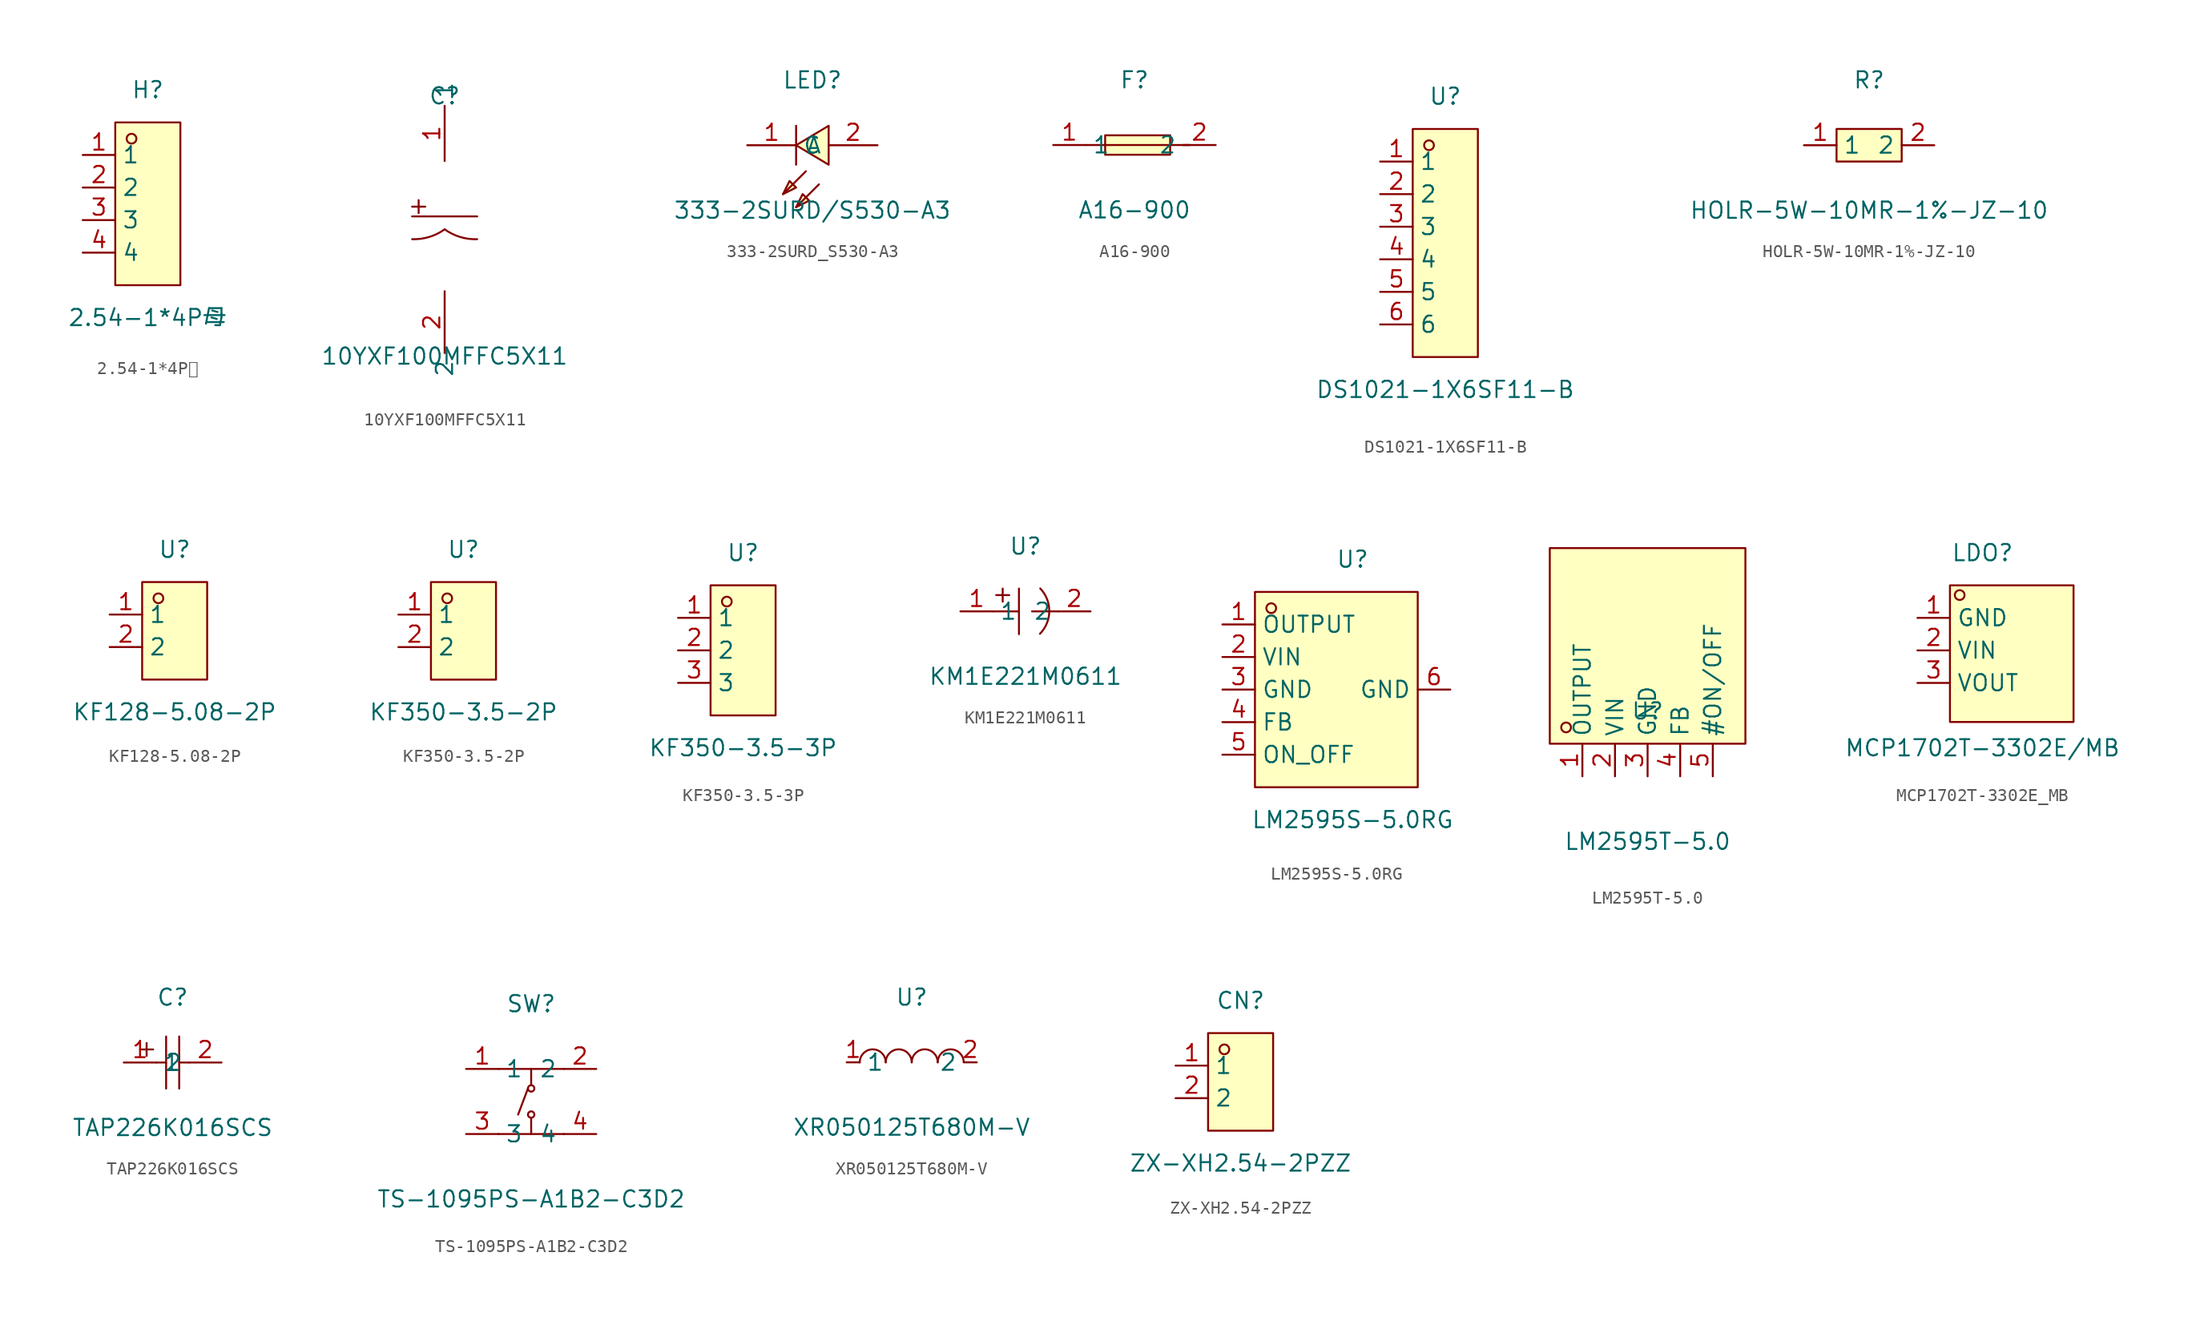
<source format=kicad_sym>
(kicad_symbol_lib
  (version 20211014)
  (generator https://github.com/uPesy/easyeda2kicad.py)
  (symbol "2.54-1*4P母"
    (property "Reference" "H"
      (at 0 8.89 0)
      (effects (font (size 1.27 1.27))))
    (property "Value" "2.54-1*4P母"
      (at 0 -8.89 0)
      (effects (font (size 1.27 1.27))))
    (symbol "2.54-1*4P母_0_1"
      (rectangle (start -2.54 6.35) (end 2.54 -6.35) (stroke (width 0) (type default) (color 0 0 0 0)) (fill (type background)))
      (circle (center -1.27 5.08) (radius 0.38) (stroke (width 0) (type default) (color 0 0 0 0)) (fill (type none)))
      (pin unspecified line (at -5.08 3.81 0) (length 2.54) (name "1" (effects (font (size 1.27 1.27)))) (number "1" (effects (font (size 1.27 1.27)))))
      (pin unspecified line (at -5.08 1.27 0) (length 2.54) (name "2" (effects (font (size 1.27 1.27)))) (number "2" (effects (font (size 1.27 1.27)))))
      (pin unspecified line (at -5.08 -1.27 0) (length 2.54) (name "3" (effects (font (size 1.27 1.27)))) (number "3" (effects (font (size 1.27 1.27)))))
      (pin unspecified line (at -5.08 -3.81 0) (length 2.54) (name "4" (effects (font (size 1.27 1.27)))) (number "4" (effects (font (size 1.27 1.27)))))))
  (symbol "10YXF100MFFC5X11"
    (property "Reference" "C"
      (at 0 10.16 0)
      (effects (font (size 1.27 1.27))))
    (property "Value" "10YXF100MFFC5X11"
      (at 0 -10.16 0)
      (effects (font (size 1.27 1.27))))
    (symbol "10YXF100MFFC5X11_0_1"
      (rectangle (start -2.54 1.52) (end -1.52 1.52) (stroke (width 0) (type default) (color 0 0 0 0)) (fill (type background)))
      (rectangle (start -2.03 2.03) (end -2.03 1.02) (stroke (width 0) (type default) (color 0 0 0 0)) (fill (type background)))
      (arc (start 0.00 -0.25) (mid 4.23 -4.70) (end 2.54 -1.02) (stroke (width 0) (type default) (color 0 0 0 0)) (fill (type none)))
      (arc (start -2.54 -1.02) (mid 3.94 -3.72) (end 0.00 -0.25) (stroke (width 0) (type default) (color 0 0 0 0)) (fill (type none)))
      (polyline (pts (xy -2.54 0.76) (xy 2.54 0.76)) (stroke (width 0) (type default) (color 0 0 0 0)) (fill (type none)))
      (pin unspecified line (at 0.00 5.08 90) (length 4.318) (name "1" (effects (font (size 1.27 1.27)))) (number "1" (effects (font (size 1.27 1.27)))))
      (pin unspecified line (at 0.00 -5.08 270) (length 4.826) (name "2" (effects (font (size 1.27 1.27)))) (number "2" (effects (font (size 1.27 1.27)))))))
  (symbol "333-2SURD_S530-A3"
    (property "Reference" "LED"
      (at 0 7.62 0)
      (effects (font (size 1.27 1.27))))
    (property "Value" "333-2SURD/S530-A3"
      (at 0 -2.54 0)
      (effects (font (size 1.27 1.27))))
    (symbol "333-2SURD_S530-A3_0_1"
      (polyline (pts (xy -0.51 0.51) (xy -2.29 -1.27)) (stroke (width 0) (type default) (color 0 0 0 0)) (fill (type none)))
      (polyline (pts (xy 0.51 -0.51) (xy -1.27 -2.29)) (stroke (width 0) (type default) (color 0 0 0 0)) (fill (type none)))
      (polyline (pts (xy -1.27 1.02) (xy -1.27 4.06)) (stroke (width 0) (type default) (color 0 0 0 0)) (fill (type none)))
      (polyline (pts (xy 1.27 4.06) (xy -1.27 2.54) (xy 1.27 1.02) (xy 1.27 4.06)) (stroke (width 0) (type default) (color 0 0 0 0)) (fill (type background)))
      (polyline (pts (xy -2.29 -1.27) (xy -1.27 -0.76) (xy -1.78 -0.25) (xy -2.29 -1.27)) (stroke (width 0) (type default) (color 0 0 0 0)) (fill (type background)))
      (polyline (pts (xy -1.27 -2.29) (xy -0.25 -1.78) (xy -0.76 -1.27) (xy -1.27 -2.29)) (stroke (width 0) (type default) (color 0 0 0 0)) (fill (type background)))
      (pin input line (at 5.08 2.54 180) (length 3.81) (name "A" (effects (font (size 1.27 1.27)))) (number "2" (effects (font (size 1.27 1.27)))))
      (pin input line (at -5.08 2.54 0) (length 3.81) (name "C" (effects (font (size 1.27 1.27)))) (number "1" (effects (font (size 1.27 1.27)))))))
  (symbol "A16-900"
    (property "Reference" "F"
      (at 0 5.08 0)
      (effects (font (size 1.27 1.27))))
    (property "Value" "A16-900"
      (at 0 -5.08 0)
      (effects (font (size 1.27 1.27))))
    (symbol "A16-900_0_1"
      (polyline (pts (xy -2.29 0.76) (xy -2.29 -0.76) (xy 2.79 -0.76) (xy 2.79 0.76) (xy -2.29 0.76)) (stroke (width 0) (type default) (color 0 0 0 0)) (fill (type background)))
      (polyline (pts (xy -3.81 -0.00) (xy 4.32 -0.00)) (stroke (width 0) (type default) (color 0 0 0 0)) (fill (type none)))
      (pin unspecified line (at 6.35 -0.00 180) (length 2.54) (name "2" (effects (font (size 1.27 1.27)))) (number "2" (effects (font (size 1.27 1.27)))))
      (pin unspecified line (at -6.35 -0.00 0) (length 2.54) (name "1" (effects (font (size 1.27 1.27)))) (number "1" (effects (font (size 1.27 1.27)))))))
  (symbol "DS1021-1X6SF11-B"
    (property "Reference" "U"
      (at 0 11.43 0)
      (effects (font (size 1.27 1.27))))
    (property "Value" "DS1021-1X6SF11-B"
      (at 0 -11.43 0)
      (effects (font (size 1.27 1.27))))
    (symbol "DS1021-1X6SF11-B_0_1"
      (rectangle (start -2.54 8.89) (end 2.54 -8.89) (stroke (width 0) (type default) (color 0 0 0 0)) (fill (type background)))
      (circle (center -1.27 7.62) (radius 0.38) (stroke (width 0) (type default) (color 0 0 0 0)) (fill (type none)))
      (pin unspecified line (at -5.08 6.35 0) (length 2.54) (name "1" (effects (font (size 1.27 1.27)))) (number "1" (effects (font (size 1.27 1.27)))))
      (pin unspecified line (at -5.08 3.81 0) (length 2.54) (name "2" (effects (font (size 1.27 1.27)))) (number "2" (effects (font (size 1.27 1.27)))))
      (pin unspecified line (at -5.08 1.27 0) (length 2.54) (name "3" (effects (font (size 1.27 1.27)))) (number "3" (effects (font (size 1.27 1.27)))))
      (pin unspecified line (at -5.08 -1.27 0) (length 2.54) (name "4" (effects (font (size 1.27 1.27)))) (number "4" (effects (font (size 1.27 1.27)))))
      (pin unspecified line (at -5.08 -3.81 0) (length 2.54) (name "5" (effects (font (size 1.27 1.27)))) (number "5" (effects (font (size 1.27 1.27)))))
      (pin unspecified line (at -5.08 -6.35 0) (length 2.54) (name "6" (effects (font (size 1.27 1.27)))) (number "6" (effects (font (size 1.27 1.27)))))))
  (symbol "HOLR-5W-10MR-1%-JZ-10"
    (property "Reference" "R"
      (at 0 5.08 0)
      (effects (font (size 1.27 1.27))))
    (property "Value" "HOLR-5W-10MR-1%-JZ-10"
      (at 0 -5.08 0)
      (effects (font (size 1.27 1.27))))
    (symbol "HOLR-5W-10MR-1%-JZ-10_0_1"
      (rectangle (start -2.54 1.27) (end 2.54 -1.27) (stroke (width 0) (type default) (color 0 0 0 0)) (fill (type background)))
      (pin unspecified line (at 5.08 -0.00 180) (length 2.54) (name "2" (effects (font (size 1.27 1.27)))) (number "2" (effects (font (size 1.27 1.27)))))
      (pin unspecified line (at -5.08 -0.00 0) (length 2.54) (name "1" (effects (font (size 1.27 1.27)))) (number "1" (effects (font (size 1.27 1.27)))))))
  (symbol "KF128-5.08-2P"
    (property "Reference" "U"
      (at 0 6.35 0)
      (effects (font (size 1.27 1.27))))
    (property "Value" "KF128-5.08-2P"
      (at 0 -6.35 0)
      (effects (font (size 1.27 1.27))))
    (symbol "KF128-5.08-2P_0_1"
      (rectangle (start -2.54 3.81) (end 2.54 -3.81) (stroke (width 0) (type default) (color 0 0 0 0)) (fill (type background)))
      (circle (center -1.27 2.54) (radius 0.38) (stroke (width 0) (type default) (color 0 0 0 0)) (fill (type none)))
      (pin unspecified line (at -5.08 1.27 0) (length 2.54) (name "1" (effects (font (size 1.27 1.27)))) (number "1" (effects (font (size 1.27 1.27)))))
      (pin unspecified line (at -5.08 -1.27 0) (length 2.54) (name "2" (effects (font (size 1.27 1.27)))) (number "2" (effects (font (size 1.27 1.27)))))))
  (symbol "KF350-3.5-2P"
    (property "Reference" "U"
      (at 0 6.35 0)
      (effects (font (size 1.27 1.27))))
    (property "Value" "KF350-3.5-2P"
      (at 0 -6.35 0)
      (effects (font (size 1.27 1.27))))
    (symbol "KF350-3.5-2P_0_1"
      (rectangle (start -2.54 3.81) (end 2.54 -3.81) (stroke (width 0) (type default) (color 0 0 0 0)) (fill (type background)))
      (circle (center -1.27 2.54) (radius 0.38) (stroke (width 0) (type default) (color 0 0 0 0)) (fill (type none)))
      (pin unspecified line (at -5.08 1.27 0) (length 2.54) (name "1" (effects (font (size 1.27 1.27)))) (number "1" (effects (font (size 1.27 1.27)))))
      (pin unspecified line (at -5.08 -1.27 0) (length 2.54) (name "2" (effects (font (size 1.27 1.27)))) (number "2" (effects (font (size 1.27 1.27)))))))
  (symbol "KF350-3.5-3P"
    (property "Reference" "U"
      (at 0 7.62 0)
      (effects (font (size 1.27 1.27))))
    (property "Value" "KF350-3.5-3P"
      (at 0 -7.62 0)
      (effects (font (size 1.27 1.27))))
    (symbol "KF350-3.5-3P_0_1"
      (rectangle (start -2.54 5.08) (end 2.54 -5.08) (stroke (width 0) (type default) (color 0 0 0 0)) (fill (type background)))
      (circle (center -1.27 3.81) (radius 0.38) (stroke (width 0) (type default) (color 0 0 0 0)) (fill (type none)))
      (pin unspecified line (at -5.08 2.54 0) (length 2.54) (name "1" (effects (font (size 1.27 1.27)))) (number "1" (effects (font (size 1.27 1.27)))))
      (pin unspecified line (at -5.08 -0.00 0) (length 2.54) (name "2" (effects (font (size 1.27 1.27)))) (number "2" (effects (font (size 1.27 1.27)))))
      (pin unspecified line (at -5.08 -2.54 0) (length 2.54) (name "3" (effects (font (size 1.27 1.27)))) (number "3" (effects (font (size 1.27 1.27)))))))
  (symbol "KM1E221M0611"
    (property "Reference" "U"
      (at 0 5.08 0)
      (effects (font (size 1.27 1.27))))
    (property "Value" "KM1E221M0611"
      (at 0 -5.08 0)
      (effects (font (size 1.27 1.27))))
    (symbol "KM1E221M0611_0_1"
      (arc (start 1.13 -1.75) (mid 5.47 -0.41) (end 1.15 1.79) (stroke (width 0) (type default) (color 0 0 0 0)) (fill (type none)))
      (polyline (pts (xy -0.51 1.78) (xy -0.51 -1.78)) (stroke (width 0) (type default) (color 0 0 0 0)) (fill (type none)))
      (polyline (pts (xy -2.54 -0.00) (xy -0.51 -0.00)) (stroke (width 0) (type default) (color 0 0 0 0)) (fill (type none)))
      (polyline (pts (xy 0.51 -0.00) (xy 2.54 -0.00)) (stroke (width 0) (type default) (color 0 0 0 0)) (fill (type none)))
      (polyline (pts (xy -2.29 1.27) (xy -1.27 1.27)) (stroke (width 0) (type default) (color 0 0 0 0)) (fill (type none)))
      (polyline (pts (xy -1.78 1.78) (xy -1.78 0.76)) (stroke (width 0) (type default) (color 0 0 0 0)) (fill (type none)))
      (pin input line (at -5.08 -0.00 0) (length 2.54) (name "1" (effects (font (size 1.27 1.27)))) (number "1" (effects (font (size 1.27 1.27)))))
      (pin input line (at 5.08 -0.00 180) (length 2.54) (name "2" (effects (font (size 1.27 1.27)))) (number "2" (effects (font (size 1.27 1.27)))))))
  (symbol "LM2595S-5.0RG"
    (property "Reference" "U"
      (at 0 10.16 0)
      (effects (font (size 1.27 1.27))))
    (property "Value" "LM2595S-5.0RG"
      (at 0 -10.16 0)
      (effects (font (size 1.27 1.27))))
    (symbol "LM2595S-5.0RG_0_1"
      (rectangle (start -7.62 7.62) (end 5.08 -7.62) (stroke (width 0) (type default) (color 0 0 0 0)) (fill (type background)))
      (circle (center -6.35 6.35) (radius 0.38) (stroke (width 0) (type default) (color 0 0 0 0)) (fill (type none)))
      (pin unspecified line (at 7.62 -0.00 180) (length 2.54) (name "GND" (effects (font (size 1.27 1.27)))) (number "6" (effects (font (size 1.27 1.27)))))
      (pin unspecified line (at -10.16 5.08 0) (length 2.54) (name "OUTPUT" (effects (font (size 1.27 1.27)))) (number "1" (effects (font (size 1.27 1.27)))))
      (pin unspecified line (at -10.16 2.54 0) (length 2.54) (name "VIN" (effects (font (size 1.27 1.27)))) (number "2" (effects (font (size 1.27 1.27)))))
      (pin unspecified line (at -10.16 -0.00 0) (length 2.54) (name "GND" (effects (font (size 1.27 1.27)))) (number "3" (effects (font (size 1.27 1.27)))))
      (pin unspecified line (at -10.16 -2.54 0) (length 2.54) (name "FB" (effects (font (size 1.27 1.27)))) (number "4" (effects (font (size 1.27 1.27)))))
      (pin unspecified line (at -10.16 -5.08 0) (length 2.54) (name "ON_OFF" (effects (font (size 1.27 1.27)))) (number "5" (effects (font (size 1.27 1.27)))))))
  (symbol "LM2595T-5.0"
    (property "Reference" "U"
      (at 0 -5.08 0)
      (effects (font (size 1.27 1.27))))
    (property "Value" "LM2595T-5.0"
      (at 0 -15.24 0)
      (effects (font (size 1.27 1.27))))
    (symbol "LM2595T-5.0_0_1"
      (rectangle (start -7.62 7.62) (end 7.62 -7.62) (stroke (width 0) (type default) (color 0 0 0 0)) (fill (type background)))
      (circle (center -6.35 -6.35) (radius 0.38) (stroke (width 0) (type default) (color 0 0 0 0)) (fill (type none)))
      (pin unspecified line (at -5.08 -10.16 90) (length 2.54) (name "OUTPUT" (effects (font (size 1.27 1.27)))) (number "1" (effects (font (size 1.27 1.27)))))
      (pin unspecified line (at -2.54 -10.16 90) (length 2.54) (name "VIN" (effects (font (size 1.27 1.27)))) (number "2" (effects (font (size 1.27 1.27)))))
      (pin unspecified line (at 0.00 -10.16 90) (length 2.54) (name "GND" (effects (font (size 1.27 1.27)))) (number "3" (effects (font (size 1.27 1.27)))))
      (pin unspecified line (at 2.54 -10.16 90) (length 2.54) (name "FB" (effects (font (size 1.27 1.27)))) (number "4" (effects (font (size 1.27 1.27)))))
      (pin unspecified line (at 5.08 -10.16 90) (length 2.54) (name "#ON/OFF" (effects (font (size 1.27 1.27)))) (number "5" (effects (font (size 1.27 1.27)))))))
  (symbol "MCP1702T-3302E_MB"
    (property "Reference" "LDO"
      (at 0 7.62 0)
      (effects (font (size 1.27 1.27))))
    (property "Value" "MCP1702T-3302E/MB"
      (at 0 -7.62 0)
      (effects (font (size 1.27 1.27))))
    (symbol "MCP1702T-3302E_MB_0_1"
      (rectangle (start -2.54 5.08) (end 7.11 -5.59) (stroke (width 0) (type default) (color 0 0 0 0)) (fill (type background)))
      (circle (center -1.78 4.32) (radius 0.38) (stroke (width 0) (type default) (color 0 0 0 0)) (fill (type none)))
      (pin unspecified line (at -5.08 2.54 0) (length 2.54) (name "GND" (effects (font (size 1.27 1.27)))) (number "1" (effects (font (size 1.27 1.27)))))
      (pin unspecified line (at -5.08 -0.00 0) (length 2.54) (name "VIN" (effects (font (size 1.27 1.27)))) (number "2" (effects (font (size 1.27 1.27)))))
      (pin unspecified line (at -5.08 -2.54 0) (length 2.54) (name "VOUT" (effects (font (size 1.27 1.27)))) (number "3" (effects (font (size 1.27 1.27)))))))
  (symbol "TAP226K016SCS"
    (property "Reference" "C"
      (at 0 5.08 0)
      (effects (font (size 1.27 1.27))))
    (property "Value" "TAP226K016SCS"
      (at 0 -5.08 0)
      (effects (font (size 1.27 1.27))))
    (symbol "TAP226K016SCS_0_1"
      (polyline (pts (xy -0.51 2.03) (xy -0.51 -2.03)) (stroke (width 0) (type default) (color 0 0 0 0)) (fill (type none)))
      (polyline (pts (xy 0.51 2.03) (xy 0.51 -2.03)) (stroke (width 0) (type default) (color 0 0 0 0)) (fill (type none)))
      (polyline (pts (xy -1.27 -0.00) (xy -0.51 -0.00)) (stroke (width 0) (type default) (color 0 0 0 0)) (fill (type none)))
      (polyline (pts (xy 0.51 -0.00) (xy 1.27 -0.00)) (stroke (width 0) (type default) (color 0 0 0 0)) (fill (type none)))
      (polyline (pts (xy -2.54 1.02) (xy -1.52 1.02)) (stroke (width 0) (type default) (color 0 0 0 0)) (fill (type none)))
      (polyline (pts (xy -2.03 1.52) (xy -2.03 0.51)) (stroke (width 0) (type default) (color 0 0 0 0)) (fill (type none)))
      (pin input line (at -3.81 -0.00 0) (length 2.54) (name "1" (effects (font (size 1.27 1.27)))) (number "1" (effects (font (size 1.27 1.27)))))
      (pin input line (at 3.81 -0.00 180) (length 2.54) (name "2" (effects (font (size 1.27 1.27)))) (number "2" (effects (font (size 1.27 1.27)))))))
  (symbol "TS-1095PS-A1B2-C3D2"
    (property "Reference" "SW"
      (at 0 7.62 0)
      (effects (font (size 1.27 1.27))))
    (property "Value" "TS-1095PS-A1B2-C3D2"
      (at 0 -7.62 0)
      (effects (font (size 1.27 1.27))))
    (symbol "TS-1095PS-A1B2-C3D2_0_1"
      (circle (center 0.00 -1.02) (radius 0.25) (stroke (width 0) (type default) (color 0 0 0 0)) (fill (type none)))
      (circle (center 0.00 1.02) (radius 0.25) (stroke (width 0) (type default) (color 0 0 0 0)) (fill (type none)))
      (polyline (pts (xy 2.54 2.54) (xy -2.54 2.54)) (stroke (width 0) (type default) (color 0 0 0 0)) (fill (type none)))
      (polyline (pts (xy 2.54 -2.54) (xy -2.54 -2.54)) (stroke (width 0) (type default) (color 0 0 0 0)) (fill (type none)))
      (polyline (pts (xy 0.00 -2.54) (xy 0.00 -1.27) (xy 0.00 -1.27)) (stroke (width 0) (type default) (color 0 0 0 0)) (fill (type none)))
      (polyline (pts (xy 0.00 1.27) (xy 0.00 2.54) (xy 0.00 2.54)) (stroke (width 0) (type default) (color 0 0 0 0)) (fill (type none)))
      (polyline (pts (xy -0.25 1.02) (xy -1.02 -1.02)) (stroke (width 0) (type default) (color 0 0 0 0)) (fill (type none)))
      (pin unspecified line (at -5.08 2.54 0) (length 2.54) (name "1" (effects (font (size 1.27 1.27)))) (number "1" (effects (font (size 1.27 1.27)))))
      (pin unspecified line (at 5.08 2.54 180) (length 2.54) (name "2" (effects (font (size 1.27 1.27)))) (number "2" (effects (font (size 1.27 1.27)))))
      (pin unspecified line (at -5.08 -2.54 0) (length 2.54) (name "3" (effects (font (size 1.27 1.27)))) (number "3" (effects (font (size 1.27 1.27)))))
      (pin unspecified line (at 5.08 -2.54 180) (length 2.54) (name "4" (effects (font (size 1.27 1.27)))) (number "4" (effects (font (size 1.27 1.27)))))))
  (symbol "XR050125T680M-V"
    (property "Reference" "U"
      (at 0 5.08 0)
      (effects (font (size 1.27 1.27))))
    (property "Value" "XR050125T680M-V"
      (at 0 -5.08 0)
      (effects (font (size 1.27 1.27))))
    (symbol "XR050125T680M-V_0_1"
      (arc (start 0.00 -0.01) (mid 1.23 0.99) (end 2.03 0.01) (stroke (width 0) (type default) (color 0 0 0 0)) (fill (type none)))
      (arc (start 2.03 -0.01) (mid 3.26 0.99) (end 4.06 0.01) (stroke (width 0) (type default) (color 0 0 0 0)) (fill (type none)))
      (arc (start -2.03 -0.01) (mid -0.80 0.99) (end 0.00 0.01) (stroke (width 0) (type default) (color 0 0 0 0)) (fill (type none)))
      (arc (start -4.06 -0.01) (mid -2.83 0.99) (end -2.03 0.01) (stroke (width 0) (type default) (color 0 0 0 0)) (fill (type none)))
      (pin unspecified line (at -5.08 -0.00 0) (length 1.016) (name "1" (effects (font (size 1.27 1.27)))) (number "1" (effects (font (size 1.27 1.27)))))
      (pin unspecified line (at 5.08 -0.00 180) (length 1.016) (name "2" (effects (font (size 1.27 1.27)))) (number "2" (effects (font (size 1.27 1.27)))))))
  (symbol "ZX-XH2.54-2PZZ"
    (property "Reference" "CN"
      (at 0 6.35 0)
      (effects (font (size 1.27 1.27))))
    (property "Value" "ZX-XH2.54-2PZZ"
      (at 0 -6.35 0)
      (effects (font (size 1.27 1.27))))
    (symbol "ZX-XH2.54-2PZZ_0_1"
      (rectangle (start -2.54 3.81) (end 2.54 -3.81) (stroke (width 0) (type default) (color 0 0 0 0)) (fill (type background)))
      (circle (center -1.27 2.54) (radius 0.38) (stroke (width 0) (type default) (color 0 0 0 0)) (fill (type none)))
      (pin unspecified line (at -5.08 1.27 0) (length 2.54) (name "1" (effects (font (size 1.27 1.27)))) (number "1" (effects (font (size 1.27 1.27)))))
      (pin unspecified line (at -5.08 -1.27 0) (length 2.54) (name "2" (effects (font (size 1.27 1.27)))) (number "2" (effects (font (size 1.27 1.27))))))))
</source>
